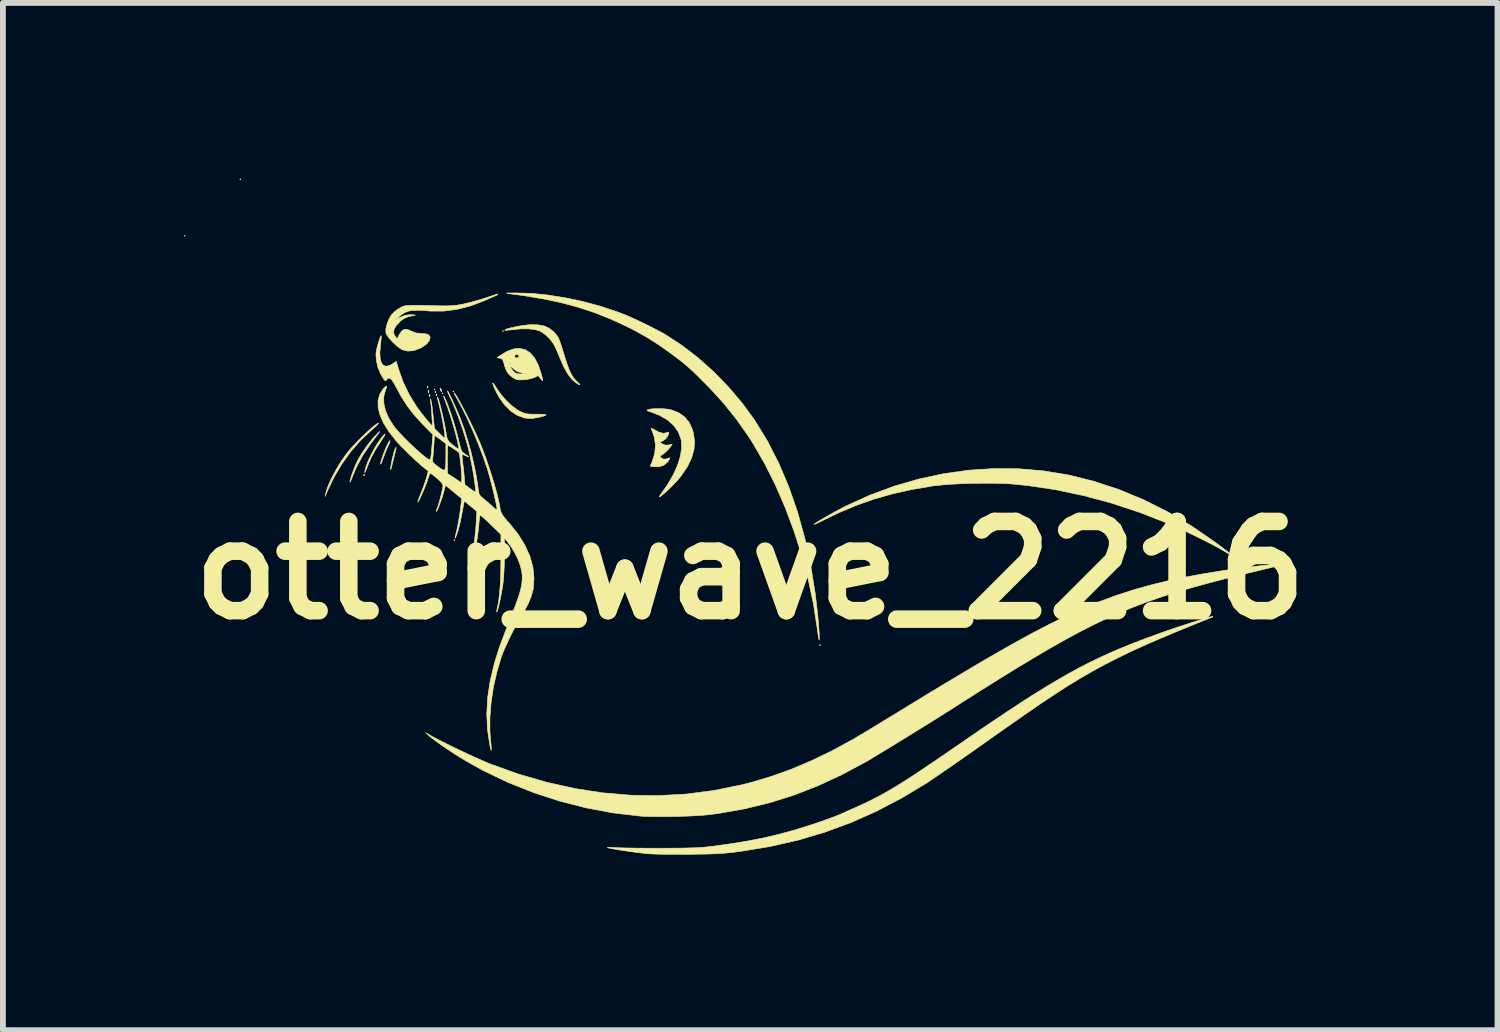
<source format=kicad_pcb>
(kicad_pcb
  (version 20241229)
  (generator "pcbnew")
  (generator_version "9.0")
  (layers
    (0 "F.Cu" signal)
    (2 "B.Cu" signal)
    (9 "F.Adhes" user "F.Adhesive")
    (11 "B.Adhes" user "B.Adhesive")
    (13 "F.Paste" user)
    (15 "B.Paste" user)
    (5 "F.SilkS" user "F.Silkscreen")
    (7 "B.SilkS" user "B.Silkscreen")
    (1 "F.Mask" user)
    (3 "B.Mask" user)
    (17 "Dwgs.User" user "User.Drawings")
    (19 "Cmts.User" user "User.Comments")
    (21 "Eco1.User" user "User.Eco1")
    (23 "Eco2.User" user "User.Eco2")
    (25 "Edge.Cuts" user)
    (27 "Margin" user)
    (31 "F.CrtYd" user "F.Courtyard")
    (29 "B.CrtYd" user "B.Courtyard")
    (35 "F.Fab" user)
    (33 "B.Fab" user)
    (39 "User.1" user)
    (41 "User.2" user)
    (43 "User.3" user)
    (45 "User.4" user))
  (footprint "otter_wave_2216"
    (layer "F.Cu")
    (at 9.768 6.694)
    (property "Reference" "otter_wave_2216" (at 0 0 0) (layer "F.SilkS") (effects (font (size 1.524 1.524) (thickness 0.3))))
    (attr through_hole)
    (fp_poly (pts (xy -9.652 -5.715) (xy -9.66 -5.707) (xy -9.669 -5.715) (xy -9.66 -5.723) (xy -9.652 -5.715)) (stroke (width 0.01) (type solid)) (fill yes) (layer "F.SilkS"))
    (fp_poly (pts (xy -8.704 -6.68) (xy -8.712 -6.672) (xy -8.721 -6.68) (xy -8.712 -6.689) (xy -8.704 -6.68)) (stroke (width 0.01) (type solid)) (fill yes) (layer "F.SilkS"))
    (fp_poly (pts (xy -5.385 -3.09) (xy -5.393 -3.082) (xy -5.402 -3.09) (xy -5.393 -3.099) (xy -5.385 -3.09)) (stroke (width 0.01) (type solid)) (fill yes) (layer "F.SilkS"))
    (fp_poly (pts (xy -5.249 -3.023) (xy -5.258 -3.014) (xy -5.266 -3.023) (xy -5.258 -3.031) (xy -5.249 -3.023)) (stroke (width 0.01) (type solid)) (fill yes) (layer "F.SilkS"))
    (fp_poly (pts (xy -5.063 -3.056) (xy -5.072 -3.048) (xy -5.08 -3.056) (xy -5.072 -3.065) (xy -5.063 -3.056)) (stroke (width 0.01) (type solid)) (fill yes) (layer "F.SilkS"))
    (fp_poly (pts (xy -5.046 -0.516) (xy -5.055 -0.508) (xy -5.063 -0.516) (xy -5.055 -0.525) (xy -5.046 -0.516)) (stroke (width 0.01) (type solid)) (fill yes) (layer "F.SilkS"))
    (fp_poly (pts (xy -4.216 -4.089) (xy -4.225 -4.081) (xy -4.233 -4.089) (xy -4.225 -4.098) (xy -4.216 -4.089)) (stroke (width 0.01) (type solid)) (fill yes) (layer "F.SilkS"))
    (fp_poly (pts (xy 1.202 1.278) (xy 1.194 1.287) (xy 1.185 1.278) (xy 1.194 1.27) (xy 1.202 1.278)) (stroke (width 0.01) (type solid)) (fill yes) (layer "F.SilkS"))
    (fp_poly (pts (xy -6.593 -1.637) (xy -6.591 -1.617) (xy -6.593 -1.614) (xy -6.603 -1.617) (xy -6.604 -1.626) (xy -6.598 -1.64) (xy -6.593 -1.637)) (stroke (width 0.01) (type solid)) (fill yes) (layer "F.SilkS"))
    (fp_poly (pts (xy -5.509 -3.144) (xy -5.507 -3.124) (xy -5.509 -3.121) (xy -5.519 -3.124) (xy -5.52 -3.133) (xy -5.514 -3.147) (xy -5.509 -3.144)) (stroke (width 0.01) (type solid)) (fill yes) (layer "F.SilkS"))
    (fp_poly (pts (xy -5.492 -3.068) (xy -5.49 -3.042) (xy -5.493 -3.036) (xy -5.501 -3.041) (xy -5.502 -3.058) (xy -5.498 -3.076) (xy -5.492 -3.068)) (stroke (width 0.01) (type solid)) (fill yes) (layer "F.SilkS"))
    (fp_poly (pts (xy -5.475 -3) (xy -5.473 -2.974) (xy -5.476 -2.968) (xy -5.484 -2.973) (xy -5.485 -2.99) (xy -5.481 -3.008) (xy -5.475 -3)) (stroke (width 0.01) (type solid)) (fill yes) (layer "F.SilkS"))
    (fp_poly (pts (xy -5.374 -3.059) (xy -5.371 -3.039) (xy -5.374 -3.037) (xy -5.384 -3.039) (xy -5.385 -3.048) (xy -5.379 -3.062) (xy -5.374 -3.059)) (stroke (width 0.01) (type solid)) (fill yes) (layer "F.SilkS"))
    (fp_poly (pts (xy -5.357 -3.008) (xy -5.355 -2.988) (xy -5.357 -2.986) (xy -5.367 -2.988) (xy -5.368 -2.997) (xy -5.362 -3.011) (xy -5.357 -3.008)) (stroke (width 0.01) (type solid)) (fill yes) (layer "F.SilkS"))
    (fp_poly (pts (xy -5.281 -3.093) (xy -5.27 -3.065) (xy -5.271 -3.054) (xy -5.283 -3.061) (xy -5.29 -3.074) (xy -5.299 -3.106) (xy -5.295 -3.113) (xy -5.281 -3.093)) (stroke (width 0.01) (type solid)) (fill yes) (layer "F.SilkS"))
    (fp_poly (pts (xy -6.053 -2.074) (xy -6.065 -2.019) (xy -6.085 -1.939) (xy -6.102 -1.871) (xy -6.119 -1.804) (xy -6.127 -1.77) (xy -6.137 -1.733) (xy -6.144 -1.718) (xy -6.145 -1.721) (xy -6.143 -1.756) (xy -6.133 -1.813) (xy -6.12 -1.882) (xy -6.103 -1.953) (xy -6.087 -2.017) (xy -6.072 -2.062) (xy -6.069 -2.069) (xy -6.055 -2.097) (xy -6.05 -2.099) (xy -6.053 -2.074)) (stroke (width 0.01) (type solid)) (fill yes) (layer "F.SilkS"))
    (fp_poly (pts (xy -6.247 -2.303) (xy -6.277 -2.254) (xy -6.303 -2.215) (xy -6.404 -2.06) (xy -6.483 -1.911) (xy -6.537 -1.782) (xy -6.559 -1.725) (xy -6.576 -1.685) (xy -6.585 -1.668) (xy -6.586 -1.669) (xy -6.579 -1.721) (xy -6.556 -1.795) (xy -6.521 -1.883) (xy -6.475 -1.979) (xy -6.424 -2.076) (xy -6.369 -2.167) (xy -6.325 -2.232) (xy -6.278 -2.292) (xy -6.249 -2.324) (xy -6.238 -2.327) (xy -6.247 -2.303)) (stroke (width 0.01) (type solid)) (fill yes) (layer "F.SilkS"))
    (fp_poly (pts (xy -6.154 -2.214) (xy -6.156 -2.196) (xy -6.171 -2.157) (xy -6.187 -2.123) (xy -6.214 -2.064) (xy -6.244 -1.989) (xy -6.272 -1.914) (xy -6.272 -1.913) (xy -6.292 -1.859) (xy -6.307 -1.824) (xy -6.315 -1.813) (xy -6.316 -1.817) (xy -6.31 -1.853) (xy -6.295 -1.906) (xy -6.273 -1.971) (xy -6.247 -2.039) (xy -6.219 -2.104) (xy -6.193 -2.16) (xy -6.171 -2.199) (xy -6.156 -2.215) (xy -6.154 -2.214)) (stroke (width 0.01) (type solid)) (fill yes) (layer "F.SilkS"))
    (fp_poly (pts (xy -6.338 -2.359) (xy -6.362 -2.325) (xy -6.404 -2.269) (xy -6.465 -2.189) (xy -6.49 -2.155) (xy -6.624 -1.958) (xy -6.736 -1.746) (xy -6.791 -1.613) (xy -6.813 -1.557) (xy -6.83 -1.52) (xy -6.839 -1.507) (xy -6.84 -1.51) (xy -6.834 -1.544) (xy -6.818 -1.6) (xy -6.794 -1.67) (xy -6.765 -1.745) (xy -6.735 -1.817) (xy -6.71 -1.871) (xy -6.64 -1.992) (xy -6.554 -2.119) (xy -6.461 -2.238) (xy -6.398 -2.308) (xy -6.362 -2.344) (xy -6.339 -2.366) (xy -6.33 -2.372) (xy -6.338 -2.359)) (stroke (width 0.01) (type solid)) (fill yes) (layer "F.SilkS"))
    (fp_poly (pts (xy -6.352 -2.51) (xy -6.37 -2.488) (xy -6.405 -2.453) (xy -6.457 -2.407) (xy -6.476 -2.39) (xy -6.654 -2.223) (xy -6.823 -2.031) (xy -6.974 -1.822) (xy -7.102 -1.606) (xy -7.125 -1.561) (xy -7.164 -1.481) (xy -7.199 -1.409) (xy -7.226 -1.35) (xy -7.242 -1.314) (xy -7.243 -1.312) (xy -7.262 -1.262) (xy -7.253 -1.312) (xy -7.229 -1.395) (xy -7.188 -1.498) (xy -7.133 -1.612) (xy -7.067 -1.733) (xy -6.995 -1.852) (xy -6.919 -1.962) (xy -6.869 -2.028) (xy -6.805 -2.102) (xy -6.725 -2.188) (xy -6.636 -2.278) (xy -6.546 -2.363) (xy -6.465 -2.435) (xy -6.422 -2.47) (xy -6.376 -2.504) (xy -6.353 -2.516) (xy -6.352 -2.51)) (stroke (width 0.01) (type solid)) (fill yes) (layer "F.SilkS"))
    (fp_poly (pts (xy -4.392 -3.197) (xy -4.37 -3.168) (xy -4.333 -3.111) (xy -4.331 -3.107) (xy -4.257 -3.002) (xy -4.169 -2.9) (xy -4.074 -2.811) (xy -3.981 -2.742) (xy -3.937 -2.717) (xy -3.889 -2.695) (xy -3.849 -2.681) (xy -3.805 -2.672) (xy -3.748 -2.668) (xy -3.67 -2.667) (xy -3.646 -2.667) (xy -3.56 -2.666) (xy -3.508 -2.663) (xy -3.487 -2.657) (xy -3.499 -2.647) (xy -3.541 -2.632) (xy -3.6 -2.617) (xy -3.718 -2.595) (xy -3.824 -2.598) (xy -3.87 -2.607) (xy -3.986 -2.651) (xy -4.097 -2.726) (xy -4.199 -2.829) (xy -4.289 -2.955) (xy -4.335 -3.039) (xy -4.371 -3.117) (xy -4.393 -3.17) (xy -4.4 -3.197) (xy -4.392 -3.197)) (stroke (width 0.01) (type solid)) (fill yes) (layer "F.SilkS"))
    (fp_poly (pts (xy -1.466 -2.759) (xy -1.395 -2.751) (xy -1.355 -2.743) (xy -1.226 -2.694) (xy -1.123 -2.622) (xy -1.043 -2.526) (xy -0.987 -2.405) (xy -0.974 -2.359) (xy -0.951 -2.214) (xy -0.96 -2.069) (xy -1 -1.923) (xy -1.072 -1.773) (xy -1.177 -1.618) (xy -1.202 -1.586) (xy -1.245 -1.535) (xy -1.295 -1.482) (xy -1.348 -1.427) (xy -1.402 -1.376) (xy -1.452 -1.33) (xy -1.496 -1.292) (xy -1.529 -1.266) (xy -1.55 -1.254) (xy -1.554 -1.26) (xy -1.538 -1.285) (xy -1.531 -1.295) (xy -1.411 -1.465) (xy -1.315 -1.632) (xy -1.242 -1.793) (xy -1.194 -1.946) (xy -1.172 -2.086) (xy -1.177 -2.212) (xy -1.184 -2.246) (xy -1.23 -2.366) (xy -1.307 -2.474) (xy -1.413 -2.568) (xy -1.548 -2.647) (xy -1.708 -2.709) (xy -1.751 -2.724) (xy -1.765 -2.734) (xy -1.754 -2.742) (xy -1.742 -2.747) (xy -1.697 -2.756) (xy -1.628 -2.761) (xy -1.548 -2.762) (xy -1.466 -2.759)) (stroke (width 0.01) (type solid)) (fill yes) (layer "F.SilkS"))
    (fp_poly (pts (xy -1.672 -2.423) (xy -1.632 -2.399) (xy -1.63 -2.397) (xy -1.553 -2.357) (xy -1.483 -2.341) (xy -1.427 -2.351) (xy -1.424 -2.353) (xy -1.396 -2.362) (xy -1.389 -2.348) (xy -1.403 -2.308) (xy -1.415 -2.284) (xy -1.45 -2.241) (xy -1.494 -2.211) (xy -1.546 -2.189) (xy -1.501 -2.159) (xy -1.45 -2.139) (xy -1.395 -2.141) (xy -1.334 -2.153) (xy -1.37 -2.102) (xy -1.409 -2.056) (xy -1.456 -2.01) (xy -1.501 -1.975) (xy -1.528 -1.96) (xy -1.54 -1.949) (xy -1.528 -1.927) (xy -1.526 -1.925) (xy -1.485 -1.9) (xy -1.432 -1.902) (xy -1.404 -1.914) (xy -1.378 -1.922) (xy -1.374 -1.908) (xy -1.394 -1.874) (xy -1.408 -1.854) (xy -1.474 -1.797) (xy -1.556 -1.769) (xy -1.653 -1.77) (xy -1.671 -1.773) (xy -1.708 -1.78) (xy -1.676 -1.855) (xy -1.631 -1.999) (xy -1.619 -2.142) (xy -1.64 -2.281) (xy -1.667 -2.357) (xy -1.686 -2.406) (xy -1.689 -2.427) (xy -1.672 -2.423)) (stroke (width 0.01) (type solid)) (fill yes) (layer "F.SilkS"))
    (fp_poly (pts (xy -3.628 -4.194) (xy -3.521 -4.175) (xy -3.434 -4.136) (xy -3.359 -4.076) (xy -3.34 -4.056) (xy -3.317 -4.029) (xy -3.298 -4.004) (xy -3.281 -3.977) (xy -3.265 -3.942) (xy -3.247 -3.894) (xy -3.225 -3.828) (xy -3.198 -3.74) (xy -3.164 -3.632) (xy -3.124 -3.509) (xy -3.088 -3.414) (xy -3.052 -3.34) (xy -3.014 -3.282) (xy -2.971 -3.234) (xy -2.955 -3.22) (xy -2.918 -3.185) (xy -2.909 -3.169) (xy -2.927 -3.173) (xy -2.971 -3.199) (xy -2.973 -3.2) (xy -3.044 -3.26) (xy -3.113 -3.348) (xy -3.18 -3.466) (xy -3.247 -3.615) (xy -3.268 -3.668) (xy -3.298 -3.74) (xy -3.33 -3.811) (xy -3.358 -3.865) (xy -3.359 -3.867) (xy -3.411 -3.938) (xy -3.477 -4.006) (xy -3.547 -4.062) (xy -3.598 -4.09) (xy -3.68 -4.113) (xy -3.786 -4.125) (xy -3.908 -4.126) (xy -4.027 -4.115) (xy -4.097 -4.107) (xy -4.152 -4.102) (xy -4.186 -4.101) (xy -4.193 -4.103) (xy -4.185 -4.113) (xy -4.151 -4.126) (xy -4.095 -4.141) (xy -4.026 -4.157) (xy -3.95 -4.172) (xy -3.872 -4.184) (xy -3.8 -4.193) (xy -3.759 -4.196) (xy -3.628 -4.194)) (stroke (width 0.01) (type solid)) (fill yes) (layer "F.SilkS"))
    (fp_poly (pts (xy 4.584 -1.735) (xy 5.007 -1.699) (xy 5.424 -1.631) (xy 5.447 -1.627) (xy 5.879 -1.519) (xy 6.303 -1.379) (xy 6.72 -1.206) (xy 7.131 -1) (xy 7.534 -0.761) (xy 7.931 -0.488) (xy 7.959 -0.468) (xy 8.061 -0.392) (xy 8.136 -0.335) (xy 8.183 -0.296) (xy 8.203 -0.276) (xy 8.197 -0.274) (xy 8.164 -0.289) (xy 8.105 -0.322) (xy 8.043 -0.359) (xy 7.953 -0.41) (xy 7.838 -0.47) (xy 7.705 -0.537) (xy 7.562 -0.607) (xy 7.416 -0.676) (xy 7.272 -0.742) (xy 7.14 -0.8) (xy 7.137 -0.801) (xy 6.663 -0.986) (xy 6.183 -1.145) (xy 5.7 -1.275) (xy 5.218 -1.377) (xy 4.742 -1.448) (xy 4.468 -1.475) (xy 4.334 -1.483) (xy 4.178 -1.487) (xy 4.007 -1.488) (xy 3.828 -1.486) (xy 3.649 -1.481) (xy 3.477 -1.473) (xy 3.319 -1.462) (xy 3.184 -1.449) (xy 3.116 -1.441) (xy 2.76 -1.38) (xy 2.429 -1.306) (xy 2.116 -1.217) (xy 1.813 -1.11) (xy 1.514 -0.984) (xy 1.331 -0.896) (xy 1.25 -0.856) (xy 1.18 -0.822) (xy 1.127 -0.798) (xy 1.096 -0.785) (xy 1.09 -0.784) (xy 1.101 -0.795) (xy 1.136 -0.819) (xy 1.192 -0.853) (xy 1.263 -0.895) (xy 1.344 -0.941) (xy 1.43 -0.989) (xy 1.517 -1.036) (xy 1.6 -1.08) (xy 1.639 -1.1) (xy 2.043 -1.283) (xy 2.456 -1.436) (xy 2.876 -1.558) (xy 3.301 -1.65) (xy 3.729 -1.71) (xy 4.157 -1.738) (xy 4.584 -1.735)) (stroke (width 0.01) (type solid)) (fill yes) (layer "F.SilkS"))
    (fp_poly (pts (xy -3.84 -3.767) (xy -3.756 -3.712) (xy -3.682 -3.624) (xy -3.62 -3.505) (xy -3.574 -3.368) (xy -3.558 -3.309) (xy -3.548 -3.263) (xy -3.545 -3.24) (xy -3.546 -3.239) (xy -3.559 -3.247) (xy -3.582 -3.274) (xy -3.586 -3.28) (xy -3.621 -3.327) (xy -3.686 -3.295) (xy -3.739 -3.277) (xy -3.811 -3.262) (xy -3.869 -3.256) (xy -3.935 -3.253) (xy -3.98 -3.257) (xy -4.017 -3.27) (xy -4.057 -3.294) (xy -4.117 -3.342) (xy -4.16 -3.399) (xy -4.191 -3.475) (xy -4.192 -3.477) (xy -4.095 -3.477) (xy -4.093 -3.462) (xy -4.069 -3.429) (xy -4.049 -3.405) (xy -4.015 -3.374) (xy -3.982 -3.359) (xy -3.936 -3.355) (xy -3.909 -3.355) (xy -3.818 -3.357) (xy -3.901 -3.371) (xy -3.981 -3.396) (xy -4.041 -3.44) (xy -4.078 -3.471) (xy -4.095 -3.477) (xy -4.192 -3.477) (xy -4.205 -3.522) (xy -4.115 -3.522) (xy -4.109 -3.508) (xy -4.104 -3.511) (xy -4.101 -3.531) (xy -4.104 -3.533) (xy -4.114 -3.531) (xy -4.115 -3.522) (xy -4.205 -3.522) (xy -4.205 -3.525) (xy -4.221 -3.578) (xy -4.238 -3.607) (xy -4.262 -3.62) (xy -4.277 -3.624) (xy -4.326 -3.632) (xy -4.299 -3.651) (xy -4.025 -3.651) (xy -4.022 -3.641) (xy -3.997 -3.627) (xy -3.967 -3.634) (xy -3.95 -3.653) (xy -3.956 -3.675) (xy -3.98 -3.687) (xy -4.009 -3.684) (xy -4.016 -3.678) (xy -4.025 -3.651) (xy -4.299 -3.651) (xy -4.276 -3.668) (xy -4.153 -3.742) (xy -4.039 -3.783) (xy -3.934 -3.791) (xy -3.84 -3.767)) (stroke (width 0.01) (type solid)) (fill yes) (layer "F.SilkS"))
    (fp_poly (pts (xy -3.731 -4.731) (xy -3.448 -4.702) (xy -3.153 -4.655) (xy -2.855 -4.591) (xy -2.56 -4.512) (xy -2.277 -4.418) (xy -2.117 -4.356) (xy -2.029 -4.318) (xy -1.922 -4.269) (xy -1.806 -4.213) (xy -1.69 -4.155) (xy -1.581 -4.099) (xy -1.491 -4.05) (xy -1.456 -4.031) (xy -1.171 -3.846) (xy -0.892 -3.631) (xy -0.624 -3.392) (xy -0.37 -3.131) (xy -0.135 -2.854) (xy 0.075 -2.565) (xy 0.083 -2.553) (xy 0.297 -2.204) (xy 0.488 -1.829) (xy 0.658 -1.43) (xy 0.805 -1.007) (xy 0.93 -0.56) (xy 1.032 -0.092) (xy 1.111 0.399) (xy 1.152 0.752) (xy 1.164 0.877) (xy 1.172 0.983) (xy 1.178 1.069) (xy 1.181 1.134) (xy 1.181 1.175) (xy 1.179 1.19) (xy 1.173 1.178) (xy 1.165 1.137) (xy 1.155 1.066) (xy 1.146 1.001) (xy 1.082 0.585) (xy 0.993 0.165) (xy 0.881 -0.254) (xy 0.749 -0.668) (xy 0.598 -1.071) (xy 0.43 -1.458) (xy 0.246 -1.825) (xy 0.048 -2.167) (xy -0.023 -2.278) (xy -0.232 -2.576) (xy -0.452 -2.851) (xy -0.691 -3.113) (xy -0.734 -3.157) (xy -0.835 -3.258) (xy -0.918 -3.34) (xy -0.987 -3.407) (xy -1.05 -3.464) (xy -1.11 -3.516) (xy -1.173 -3.567) (xy -1.245 -3.623) (xy -1.33 -3.687) (xy -1.346 -3.699) (xy -1.554 -3.847) (xy -1.759 -3.977) (xy -1.976 -4.099) (xy -2.125 -4.174) (xy -2.396 -4.298) (xy -2.67 -4.406) (xy -2.95 -4.498) (xy -3.244 -4.576) (xy -3.556 -4.641) (xy -3.892 -4.696) (xy -4.089 -4.722) (xy -4.136 -4.728) (xy -4.161 -4.733) (xy -4.161 -4.735) (xy -4.135 -4.737) (xy -4.078 -4.738) (xy -3.996 -4.739) (xy -3.731 -4.731)) (stroke (width 0.01) (type solid)) (fill yes) (layer "F.SilkS"))
    (fp_poly (pts (xy -4.31 -4.715) (xy -4.333 -4.7) (xy -4.373 -4.682) (xy -4.431 -4.657) (xy -4.5 -4.626) (xy -4.538 -4.609) (xy -4.774 -4.519) (xy -5.004 -4.459) (xy -5.232 -4.429) (xy -5.464 -4.429) (xy -5.533 -4.435) (xy -5.657 -4.443) (xy -5.755 -4.442) (xy -5.833 -4.43) (xy -5.899 -4.406) (xy -5.958 -4.368) (xy -5.987 -4.345) (xy -6.054 -4.286) (xy -5.97 -4.327) (xy -5.901 -4.355) (xy -5.831 -4.366) (xy -5.784 -4.366) (xy -5.739 -4.364) (xy -5.721 -4.361) (xy -5.731 -4.357) (xy -5.732 -4.357) (xy -5.835 -4.336) (xy -5.916 -4.302) (xy -5.98 -4.255) (xy -6.05 -4.18) (xy -6.087 -4.112) (xy -6.092 -4.051) (xy -6.064 -3.995) (xy -6.032 -3.955) (xy -5.996 -4.027) (xy -5.956 -4.088) (xy -5.912 -4.116) (xy -5.858 -4.115) (xy -5.797 -4.089) (xy -5.71 -4.055) (xy -5.627 -4.047) (xy -5.547 -4.041) (xy -5.496 -4.024) (xy -5.472 -3.993) (xy -5.469 -3.973) (xy -5.486 -3.917) (xy -5.533 -3.862) (xy -5.609 -3.81) (xy -5.646 -3.791) (xy -5.751 -3.753) (xy -5.847 -3.745) (xy -5.937 -3.766) (xy -5.944 -3.769) (xy -5.994 -3.799) (xy -6.052 -3.846) (xy -6.111 -3.902) (xy -6.165 -3.961) (xy -6.205 -4.015) (xy -6.224 -4.056) (xy -6.225 -4.058) (xy -6.225 -4.123) (xy -6.207 -4.203) (xy -6.176 -4.285) (xy -6.135 -4.357) (xy -6.131 -4.361) (xy -6.087 -4.409) (xy -6.027 -4.457) (xy -5.991 -4.48) (xy -5.965 -4.494) (xy -5.941 -4.506) (xy -5.916 -4.515) (xy -5.885 -4.521) (xy -5.845 -4.525) (xy -5.793 -4.527) (xy -5.723 -4.528) (xy -5.632 -4.527) (xy -5.517 -4.524) (xy -5.373 -4.521) (xy -5.309 -4.519) (xy -5.188 -4.518) (xy -5.092 -4.521) (xy -5.009 -4.53) (xy -4.928 -4.544) (xy -4.928 -4.544) (xy -4.793 -4.575) (xy -4.649 -4.614) (xy -4.509 -4.657) (xy -4.405 -4.692) (xy -4.347 -4.711) (xy -4.315 -4.719) (xy -4.31 -4.715)) (stroke (width 0.01) (type solid)) (fill yes) (layer "F.SilkS"))
    (fp_poly (pts (xy 9.2 -0.13) (xy 9.18 -0.121) (xy 9.133 -0.107) (xy 9.062 -0.088) (xy 8.968 -0.064) (xy 8.855 -0.036) (xy 8.78 -0.018) (xy 8.43 0.066) (xy 8.106 0.146) (xy 7.805 0.225) (xy 7.525 0.302) (xy 7.261 0.38) (xy 7.011 0.46) (xy 6.772 0.543) (xy 6.54 0.631) (xy 6.312 0.724) (xy 6.085 0.825) (xy 5.857 0.935) (xy 5.622 1.055) (xy 5.38 1.186) (xy 5.125 1.33) (xy 4.856 1.488) (xy 4.569 1.661) (xy 4.261 1.851) (xy 3.928 2.06) (xy 3.915 2.068) (xy 3.814 2.132) (xy 3.72 2.192) (xy 3.636 2.245) (xy 3.569 2.288) (xy 3.522 2.318) (xy 3.505 2.328) (xy 3.445 2.368) (xy 3.36 2.421) (xy 3.256 2.487) (xy 3.136 2.562) (xy 3.004 2.644) (xy 2.864 2.73) (xy 2.722 2.819) (xy 2.579 2.906) (xy 2.442 2.991) (xy 2.314 3.069) (xy 2.198 3.139) (xy 2.1 3.199) (xy 2.023 3.245) (xy 1.978 3.271) (xy 1.566 3.492) (xy 1.156 3.682) (xy 0.744 3.842) (xy 0.326 3.973) (xy -0.104 4.077) (xy -0.549 4.155) (xy -0.694 4.174) (xy -0.799 4.185) (xy -0.93 4.193) (xy -1.079 4.2) (xy -1.238 4.205) (xy -1.401 4.208) (xy -1.558 4.209) (xy -1.703 4.207) (xy -1.828 4.203) (xy -1.894 4.198) (xy -2.351 4.144) (xy -2.808 4.058) (xy -3.261 3.942) (xy -3.707 3.796) (xy -4.141 3.623) (xy -4.558 3.423) (xy -4.81 3.284) (xy -4.921 3.218) (xy -5.037 3.146) (xy -5.152 3.071) (xy -5.26 2.998) (xy -5.355 2.93) (xy -5.433 2.872) (xy -5.478 2.835) (xy -5.546 2.774) (xy -5.469 2.819) (xy -5.401 2.857) (xy -5.308 2.905) (xy -5.196 2.961) (xy -5.072 3.022) (xy -4.942 3.085) (xy -4.811 3.146) (xy -4.686 3.203) (xy -4.574 3.253) (xy -4.48 3.293) (xy -4.445 3.308) (xy -3.96 3.482) (xy -3.476 3.622) (xy -2.994 3.729) (xy -2.514 3.803) (xy -2.037 3.843) (xy -1.562 3.849) (xy -1.09 3.823) (xy -0.622 3.762) (xy -0.158 3.668) (xy 0.025 3.622) (xy 0.367 3.519) (xy 0.707 3.397) (xy 1.049 3.252) (xy 1.397 3.084) (xy 1.754 2.89) (xy 2.083 2.694) (xy 2.133 2.663) (xy 2.186 2.631) (xy 2.245 2.595) (xy 2.311 2.554) (xy 2.389 2.506) (xy 2.481 2.451) (xy 2.589 2.385) (xy 2.716 2.307) (xy 2.866 2.216) (xy 3.04 2.109) (xy 3.133 2.053) (xy 3.339 1.928) (xy 3.564 1.794) (xy 3.794 1.657) (xy 4.018 1.525) (xy 4.115 1.469) (xy 4.468 1.267) (xy 4.799 1.085) (xy 5.111 0.922) (xy 5.41 0.776) (xy 5.698 0.646) (xy 5.979 0.531) (xy 6.258 0.428) (xy 6.539 0.337) (xy 6.824 0.256) (xy 7.119 0.183) (xy 7.427 0.117) (xy 7.752 0.058) (xy 8.098 0.002) (xy 8.103 0.001) (xy 8.237 -0.018) (xy 8.389 -0.038) (xy 8.546 -0.058) (xy 8.691 -0.075) (xy 8.771 -0.084) (xy 8.877 -0.095) (xy 8.974 -0.106) (xy 9.056 -0.115) (xy 9.117 -0.122) (xy 9.151 -0.127) (xy 9.152 -0.127) (xy 9.192 -0.132) (xy 9.2 -0.13)) (stroke (width 0.01) (type solid)) (fill yes) (layer "F.SilkS"))
    (fp_poly (pts (xy 7.904 0.787) (xy 7.898 0.798) (xy 7.881 0.807) (xy 7.854 0.817) (xy 7.802 0.838) (xy 7.733 0.865) (xy 7.652 0.897) (xy 7.628 0.907) (xy 7.312 1.036) (xy 7.023 1.157) (xy 6.758 1.272) (xy 6.512 1.384) (xy 6.281 1.496) (xy 6.06 1.608) (xy 5.846 1.725) (xy 5.634 1.848) (xy 5.419 1.979) (xy 5.197 2.122) (xy 4.964 2.277) (xy 4.716 2.448) (xy 4.572 2.548) (xy 4.494 2.603) (xy 4.416 2.658) (xy 4.348 2.706) (xy 4.301 2.738) (xy 4.253 2.772) (xy 4.185 2.82) (xy 4.106 2.876) (xy 4.023 2.934) (xy 4.005 2.947) (xy 3.917 3.01) (xy 3.824 3.076) (xy 3.736 3.137) (xy 3.663 3.188) (xy 3.658 3.192) (xy 3.587 3.241) (xy 3.517 3.29) (xy 3.459 3.331) (xy 3.437 3.346) (xy 3.013 3.636) (xy 2.586 3.892) (xy 2.156 4.117) (xy 1.719 4.311) (xy 1.273 4.475) (xy 0.816 4.611) (xy 0.344 4.718) (xy -0.143 4.799) (xy -0.161 4.801) (xy -0.263 4.815) (xy -0.354 4.825) (xy -0.441 4.833) (xy -0.529 4.84) (xy -0.625 4.844) (xy -0.736 4.848) (xy -0.867 4.85) (xy -1.025 4.852) (xy -1.05 4.852) (xy -1.191 4.853) (xy -1.329 4.853) (xy -1.458 4.852) (xy -1.572 4.85) (xy -1.666 4.847) (xy -1.733 4.844) (xy -1.753 4.842) (xy -1.842 4.832) (xy -1.944 4.82) (xy -2.051 4.805) (xy -2.156 4.79) (xy -2.254 4.775) (xy -2.338 4.761) (xy -2.4 4.749) (xy -2.43 4.742) (xy -2.441 4.735) (xy -2.42 4.733) (xy -2.365 4.734) (xy -2.311 4.738) (xy -2.254 4.741) (xy -2.169 4.743) (xy -2.059 4.745) (xy -1.932 4.747) (xy -1.792 4.748) (xy -1.644 4.749) (xy -1.524 4.749) (xy -1.34 4.748) (xy -1.186 4.747) (xy -1.056 4.744) (xy -0.946 4.741) (xy -0.851 4.736) (xy -0.767 4.729) (xy -0.689 4.721) (xy -0.669 4.719) (xy -0.344 4.674) (xy -0.046 4.626) (xy 0.232 4.571) (xy 0.497 4.509) (xy 0.757 4.438) (xy 1.018 4.356) (xy 1.033 4.352) (xy 1.178 4.303) (xy 1.308 4.257) (xy 1.419 4.217) (xy 1.506 4.183) (xy 1.558 4.161) (xy 1.598 4.143) (xy 1.659 4.115) (xy 1.733 4.082) (xy 1.795 4.055) (xy 1.911 4.002) (xy 2.023 3.949) (xy 2.131 3.895) (xy 2.241 3.837) (xy 2.353 3.774) (xy 2.473 3.703) (xy 2.601 3.624) (xy 2.742 3.534) (xy 2.898 3.431) (xy 3.072 3.314) (xy 3.267 3.182) (xy 3.486 3.031) (xy 3.522 3.006) (xy 3.829 2.795) (xy 4.111 2.603) (xy 4.372 2.428) (xy 4.613 2.269) (xy 4.837 2.125) (xy 5.047 1.995) (xy 5.246 1.876) (xy 5.436 1.767) (xy 5.619 1.667) (xy 5.798 1.575) (xy 5.977 1.489) (xy 6.156 1.407) (xy 6.34 1.328) (xy 6.53 1.252) (xy 6.729 1.175) (xy 6.94 1.098) (xy 7.019 1.069) (xy 7.115 1.035) (xy 7.222 0.999) (xy 7.334 0.961) (xy 7.448 0.924) (xy 7.559 0.888) (xy 7.662 0.856) (xy 7.752 0.828) (xy 7.826 0.806) (xy 7.877 0.792) (xy 7.903 0.786) (xy 7.904 0.787)) (stroke (width 0.01) (type solid)) (fill yes) (layer "F.SilkS"))
    (fp_poly (pts (xy -6.305 -4.008) (xy -6.304 -3.989) (xy -6.307 -3.944) (xy -6.313 -3.882) (xy -6.317 -3.852) (xy -6.328 -3.724) (xy -6.323 -3.623) (xy -6.304 -3.549) (xy -6.27 -3.503) (xy -6.222 -3.486) (xy -6.161 -3.5) (xy -6.108 -3.529) (xy -6.048 -3.57) (xy -6.012 -3.449) (xy -5.932 -3.221) (xy -5.825 -3) (xy -5.7 -2.797) (xy -5.692 -2.786) (xy -5.65 -2.729) (xy -5.603 -2.667) (xy -5.553 -2.605) (xy -5.507 -2.549) (xy -5.469 -2.504) (xy -5.444 -2.478) (xy -5.436 -2.472) (xy -5.433 -2.488) (xy -5.433 -2.531) (xy -5.436 -2.594) (xy -5.441 -2.67) (xy -5.447 -2.754) (xy -5.455 -2.838) (xy -5.459 -2.87) (xy -5.464 -2.916) (xy -5.464 -2.93) (xy -5.458 -2.915) (xy -5.453 -2.896) (xy -5.445 -2.855) (xy -5.435 -2.791) (xy -5.425 -2.711) (xy -5.416 -2.629) (xy -5.395 -2.422) (xy -5.305 -2.334) (xy -5.259 -2.289) (xy -5.231 -2.268) (xy -5.218 -2.268) (xy -5.216 -2.278) (xy -5.219 -2.321) (xy -5.228 -2.388) (xy -5.242 -2.472) (xy -5.258 -2.563) (xy -5.276 -2.653) (xy -5.294 -2.735) (xy -5.302 -2.769) (xy -5.319 -2.836) (xy -5.333 -2.894) (xy -5.343 -2.933) (xy -5.344 -2.938) (xy -5.348 -2.959) (xy -5.339 -2.95) (xy -5.337 -2.946) (xy -5.325 -2.916) (xy -5.308 -2.86) (xy -5.288 -2.784) (xy -5.267 -2.696) (xy -5.245 -2.603) (xy -5.226 -2.51) (xy -5.209 -2.426) (xy -5.198 -2.358) (xy -5.189 -2.3) (xy -5.179 -2.256) (xy -5.164 -2.222) (xy -5.138 -2.189) (xy -5.097 -2.153) (xy -5.036 -2.105) (xy -4.997 -2.076) (xy -4.984 -2.07) (xy -4.98 -2.086) (xy -4.986 -2.128) (xy -4.987 -2.134) (xy -5.001 -2.203) (xy -5.024 -2.295) (xy -5.052 -2.402) (xy -5.085 -2.515) (xy -5.118 -2.625) (xy -5.15 -2.725) (xy -5.171 -2.786) (xy -5.204 -2.874) (xy -5.226 -2.934) (xy -5.238 -2.969) (xy -5.241 -2.982) (xy -5.236 -2.978) (xy -5.225 -2.958) (xy -5.219 -2.946) (xy -5.192 -2.89) (xy -5.16 -2.808) (xy -5.124 -2.708) (xy -5.087 -2.596) (xy -5.051 -2.48) (xy -5.018 -2.366) (xy -4.991 -2.262) (xy -4.985 -2.237) (xy -4.965 -2.151) (xy -4.949 -2.091) (xy -4.935 -2.051) (xy -4.92 -2.024) (xy -4.9 -2.006) (xy -4.874 -1.988) (xy -4.873 -1.987) (xy -4.83 -1.958) (xy -4.811 -1.94) (xy -4.818 -1.938) (xy -4.852 -1.952) (xy -4.861 -1.957) (xy -4.898 -1.973) (xy -4.921 -1.976) (xy -4.922 -1.975) (xy -4.924 -1.956) (xy -4.921 -1.912) (xy -4.914 -1.852) (xy -4.913 -1.843) (xy -4.902 -1.758) (xy -4.892 -1.662) (xy -4.885 -1.59) (xy -4.874 -1.462) (xy -4.791 -1.4) (xy -4.746 -1.367) (xy -4.712 -1.345) (xy -4.698 -1.338) (xy -4.694 -1.353) (xy -4.695 -1.397) (xy -4.702 -1.464) (xy -4.714 -1.549) (xy -4.729 -1.646) (xy -4.747 -1.751) (xy -4.768 -1.859) (xy -4.789 -1.964) (xy -4.811 -2.062) (xy -4.826 -2.122) (xy -4.867 -2.266) (xy -4.917 -2.424) (xy -4.974 -2.584) (xy -5.033 -2.739) (xy -5.091 -2.878) (xy -5.141 -2.984) (xy -5.162 -3.029) (xy -5.173 -3.058) (xy -5.172 -3.065) (xy -5.161 -3.05) (xy -5.139 -3.01) (xy -5.109 -2.949) (xy -5.073 -2.873) (xy -5.035 -2.788) (xy -4.997 -2.699) (xy -4.96 -2.612) (xy -4.942 -2.565) (xy -4.884 -2.405) (xy -4.828 -2.224) (xy -4.774 -2.032) (xy -4.727 -1.837) (xy -4.688 -1.65) (xy -4.659 -1.478) (xy -4.648 -1.393) (xy -4.64 -1.335) (xy -4.628 -1.296) (xy -4.605 -1.264) (xy -4.563 -1.228) (xy -4.549 -1.216) (xy -4.491 -1.168) (xy -4.433 -1.117) (xy -4.399 -1.086) (xy -4.362 -1.054) (xy -4.335 -1.036) (xy -4.327 -1.035) (xy -4.327 -1.055) (xy -4.334 -1.102) (xy -4.348 -1.172) (xy -4.367 -1.257) (xy -4.389 -1.353) (xy -4.415 -1.454) (xy -4.441 -1.556) (xy -4.467 -1.651) (xy -4.492 -1.736) (xy -4.503 -1.769) (xy -4.571 -1.965) (xy -4.65 -2.171) (xy -4.737 -2.38) (xy -4.829 -2.582) (xy -4.921 -2.77) (xy -5.01 -2.935) (xy -5.024 -2.959) (xy -5.047 -3) (xy -5.058 -3.026) (xy -5.057 -3.031) (xy -5.043 -3.016) (xy -5.016 -2.976) (xy -4.98 -2.913) (xy -4.936 -2.832) (xy -4.886 -2.739) (xy -4.834 -2.636) (xy -4.78 -2.529) (xy -4.728 -2.422) (xy -4.68 -2.319) (xy -4.638 -2.225) (xy -4.63 -2.209) (xy -4.576 -2.075) (xy -4.52 -1.925) (xy -4.465 -1.765) (xy -4.413 -1.603) (xy -4.365 -1.445) (xy -4.325 -1.298) (xy -4.294 -1.169) (xy -4.275 -1.067) (xy -4.267 -1.022) (xy -4.254 -0.984) (xy -4.233 -0.945) (xy -4.198 -0.899) (xy -4.147 -0.838) (xy -4.114 -0.802) (xy -3.966 -0.617) (xy -3.85 -0.43) (xy -3.765 -0.242) (xy -3.713 -0.054) (xy -3.694 0.132) (xy -3.707 0.315) (xy -3.71 0.331) (xy -3.739 0.437) (xy -3.787 0.557) (xy -3.852 0.683) (xy -3.91 0.779) (xy -3.956 0.854) (xy -4.009 0.952) (xy -4.067 1.064) (xy -4.124 1.182) (xy -4.177 1.297) (xy -4.222 1.401) (xy -4.254 1.485) (xy -4.256 1.49) (xy -4.33 1.74) (xy -4.388 1.998) (xy -4.427 2.256) (xy -4.447 2.508) (xy -4.448 2.745) (xy -4.438 2.885) (xy -4.43 2.96) (xy -4.425 3.021) (xy -4.423 3.062) (xy -4.424 3.075) (xy -4.43 3.063) (xy -4.44 3.027) (xy -4.449 2.984) (xy -4.489 2.719) (xy -4.501 2.45) (xy -4.486 2.175) (xy -4.443 1.89) (xy -4.372 1.593) (xy -4.296 1.346) (xy -4.271 1.275) (xy -4.236 1.182) (xy -4.195 1.074) (xy -4.151 0.96) (xy -4.11 0.855) (xy -4.044 0.688) (xy -3.992 0.547) (xy -3.951 0.429) (xy -3.922 0.328) (xy -3.904 0.242) (xy -3.896 0.165) (xy -3.896 0.094) (xy -3.904 0.024) (xy -3.92 -0.05) (xy -3.93 -0.085) (xy -3.967 -0.187) (xy -4.023 -0.3) (xy -4.091 -0.411) (xy -4.157 -0.5) (xy -4.199 -0.55) (xy -4.2 -0.246) (xy -4.201 -0.121) (xy -4.206 0.004) (xy -4.213 0.118) (xy -4.222 0.211) (xy -4.225 0.234) (xy -4.238 0.317) (xy -4.254 0.406) (xy -4.271 0.493) (xy -4.289 0.574) (xy -4.305 0.641) (xy -4.319 0.689) (xy -4.328 0.711) (xy -4.33 0.711) (xy -4.333 0.697) (xy -4.328 0.673) (xy -4.303 0.557) (xy -4.284 0.411) (xy -4.27 0.234) (xy -4.262 0.026) (xy -4.26 -0.175) (xy -4.259 -0.612) (xy -4.433 -0.782) (xy -4.496 -0.842) (xy -4.549 -0.891) (xy -4.59 -0.926) (xy -4.613 -0.943) (xy -4.616 -0.944) (xy -4.621 -0.925) (xy -4.627 -0.879) (xy -4.634 -0.814) (xy -4.639 -0.751) (xy -4.65 -0.651) (xy -4.665 -0.541) (xy -4.682 -0.438) (xy -4.689 -0.4) (xy -4.708 -0.317) (xy -4.728 -0.233) (xy -4.749 -0.153) (xy -4.768 -0.085) (xy -4.785 -0.034) (xy -4.796 -0.006) (xy -4.8 -0.003) (xy -4.8 -0.021) (xy -4.792 -0.063) (xy -4.779 -0.123) (xy -4.775 -0.142) (xy -4.739 -0.319) (xy -4.709 -0.516) (xy -4.688 -0.719) (xy -4.682 -0.813) (xy -4.671 -1.008) (xy -4.778 -1.096) (xy -4.885 -1.184) (xy -4.899 -1.113) (xy -4.922 -0.99) (xy -4.94 -0.894) (xy -4.956 -0.82) (xy -4.97 -0.76) (xy -4.984 -0.709) (xy -4.998 -0.66) (xy -4.999 -0.657) (xy -5.018 -0.602) (xy -5.033 -0.563) (xy -5.041 -0.548) (xy -5.042 -0.549) (xy -5.04 -0.567) (xy -5.032 -0.609) (xy -5.018 -0.668) (xy -5.013 -0.688) (xy -4.997 -0.761) (xy -4.98 -0.855) (xy -4.964 -0.955) (xy -4.954 -1.024) (xy -4.929 -1.228) (xy -4.976 -1.264) (xy -5.013 -1.294) (xy -5.065 -1.336) (xy -5.115 -1.378) (xy -5.207 -1.454) (xy -5.234 -1.348) (xy -5.252 -1.285) (xy -5.274 -1.215) (xy -5.299 -1.146) (xy -5.322 -1.083) (xy -5.343 -1.035) (xy -5.357 -1.008) (xy -5.363 -1.005) (xy -5.362 -1.024) (xy -5.353 -1.046) (xy -5.339 -1.081) (xy -5.321 -1.139) (xy -5.301 -1.21) (xy -5.282 -1.287) (xy -5.265 -1.358) (xy -5.253 -1.416) (xy -5.249 -1.448) (xy -5.262 -1.482) (xy -5.3 -1.526) (xy -5.352 -1.573) (xy -5.402 -1.614) (xy -5.442 -1.644) (xy -5.465 -1.659) (xy -5.467 -1.659) (xy -5.477 -1.645) (xy -5.492 -1.605) (xy -5.509 -1.554) (xy -5.526 -1.502) (xy -5.551 -1.437) (xy -5.58 -1.367) (xy -5.61 -1.298) (xy -5.638 -1.237) (xy -5.661 -1.192) (xy -5.676 -1.17) (xy -5.679 -1.168) (xy -5.676 -1.183) (xy -5.663 -1.222) (xy -5.641 -1.28) (xy -5.621 -1.33) (xy -5.589 -1.412) (xy -5.559 -1.496) (xy -5.536 -1.567) (xy -5.528 -1.594) (xy -5.502 -1.696) (xy -5.546 -1.731) (xy -5.63 -1.8) (xy -5.699 -1.863) (xy -5.429 -1.863) (xy -5.416 -1.839) (xy -5.382 -1.808) (xy -5.332 -1.769) (xy -5.284 -1.735) (xy -5.25 -1.715) (xy -5.226 -1.713) (xy -5.212 -1.732) (xy -5.204 -1.774) (xy -5.201 -1.844) (xy -5.2 -1.894) (xy -5.173 -1.894) (xy -5.173 -1.654) (xy -5.054 -1.576) (xy -4.936 -1.497) (xy -4.93 -1.548) (xy -4.93 -1.586) (xy -4.932 -1.648) (xy -4.938 -1.725) (xy -4.943 -1.79) (xy -4.952 -1.868) (xy -4.96 -1.935) (xy -4.966 -1.983) (xy -4.971 -2.002) (xy -4.987 -2.019) (xy -5.023 -2.047) (xy -5.069 -2.078) (xy -5.115 -2.108) (xy -5.152 -2.128) (xy -5.167 -2.134) (xy -5.169 -2.118) (xy -5.171 -2.074) (xy -5.172 -2.008) (xy -5.173 -1.927) (xy -5.173 -1.894) (xy -5.2 -1.894) (xy -5.2 -1.944) (xy -5.2 -1.958) (xy -5.199 -2.163) (xy -5.292 -2.233) (xy -5.34 -2.268) (xy -5.375 -2.293) (xy -5.391 -2.303) (xy -5.391 -2.303) (xy -5.394 -2.287) (xy -5.398 -2.244) (xy -5.403 -2.181) (xy -5.407 -2.112) (xy -5.413 -2.032) (xy -5.419 -1.961) (xy -5.424 -1.908) (xy -5.429 -1.885) (xy -5.429 -1.863) (xy -5.699 -1.863) (xy -5.727 -1.887) (xy -5.828 -1.983) (xy -5.925 -2.079) (xy -6.01 -2.167) (xy -6.049 -2.211) (xy -6.171 -2.366) (xy -6.263 -2.513) (xy -6.325 -2.652) (xy -6.357 -2.781) (xy -6.359 -2.899) (xy -6.33 -3.006) (xy -6.27 -3.101) (xy -6.26 -3.111) (xy -6.228 -3.143) (xy -6.212 -3.145) (xy -6.215 -3.12) (xy -6.234 -3.071) (xy -6.262 -2.968) (xy -6.26 -2.853) (xy -6.232 -2.729) (xy -6.176 -2.601) (xy -6.095 -2.471) (xy -6.073 -2.442) (xy -6.023 -2.383) (xy -5.961 -2.315) (xy -5.889 -2.241) (xy -5.813 -2.166) (xy -5.735 -2.093) (xy -5.66 -2.025) (xy -5.593 -1.967) (xy -5.536 -1.922) (xy -5.495 -1.894) (xy -5.472 -1.887) (xy -5.471 -1.887) (xy -5.462 -1.907) (xy -5.454 -1.953) (xy -5.446 -2.014) (xy -5.445 -2.028) (xy -5.439 -2.105) (xy -5.433 -2.18) (xy -5.428 -2.239) (xy -5.428 -2.239) (xy -5.421 -2.319) (xy -5.594 -2.493) (xy -5.739 -2.651) (xy -5.861 -2.809) (xy -5.969 -2.979) (xy -6.038 -3.107) (xy -6.084 -3.194) (xy -6.122 -3.251) (xy -6.153 -3.28) (xy -6.18 -3.283) (xy -6.206 -3.263) (xy -6.209 -3.258) (xy -6.228 -3.238) (xy -6.243 -3.244) (xy -6.257 -3.261) (xy -6.315 -3.354) (xy -6.36 -3.465) (xy -6.387 -3.581) (xy -6.395 -3.691) (xy -6.391 -3.728) (xy -6.382 -3.777) (xy -6.367 -3.836) (xy -6.35 -3.897) (xy -6.333 -3.951) (xy -6.317 -3.991) (xy -6.307 -4.008) (xy -6.305 -4.008)) (stroke (width 0.01) (type solid)) (fill yes) (layer "F.SilkS")))
  (gr_rect
    (start -3 -3)
    (end 22.536 14.552)
    (stroke (width 0.1) (type default))
    (fill no)
    (layer "Edge.Cuts")))
</source>
